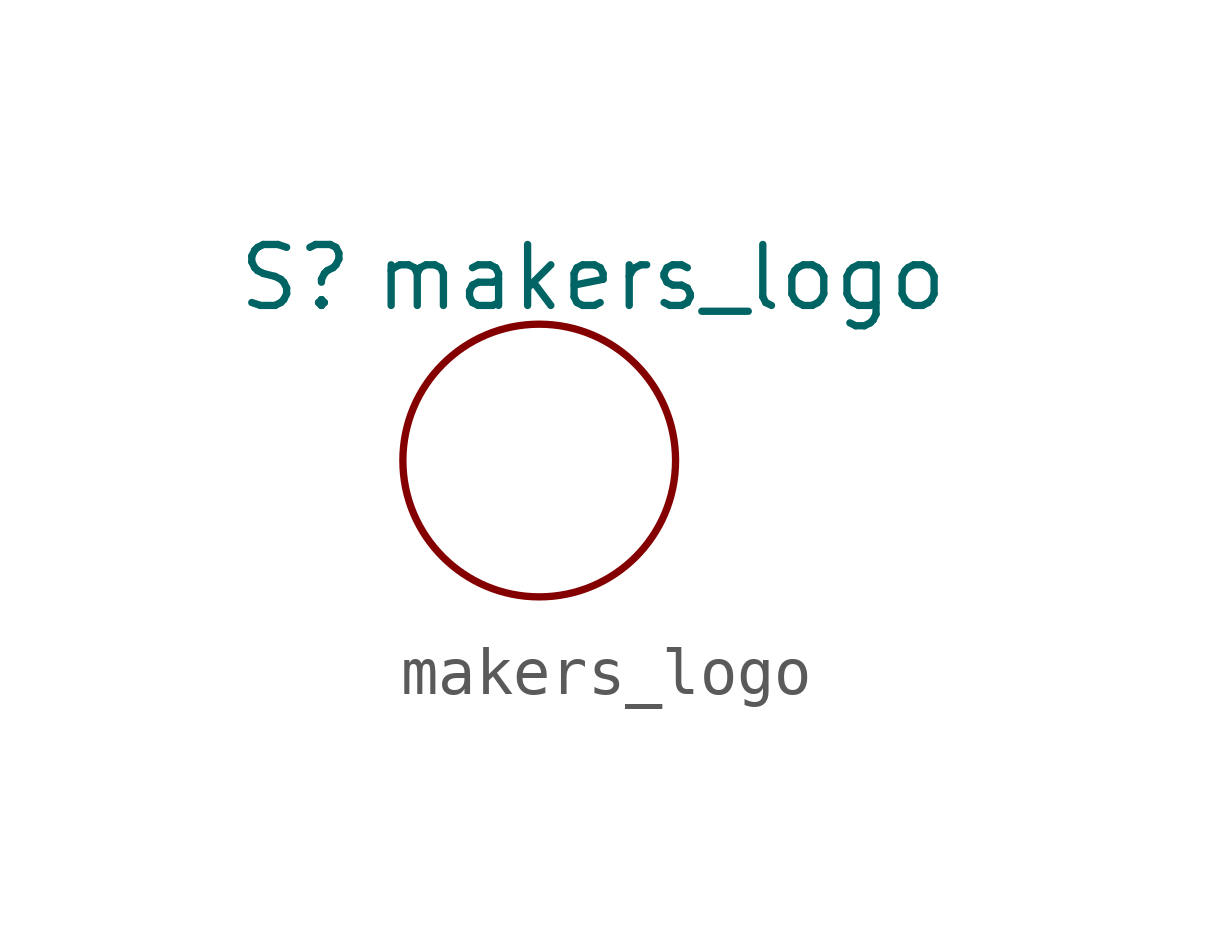
<source format=kicad_sym>
(kicad_symbol_lib
  (version 20211014)
  (generator kicad_symbol_editor)
  (symbol "makers_logo"
    (property "Reference" "S"
      (at -5.08 3.81 0)
      (effects (font (size 1.27 1.27))))
    (property "Value" "makers_logo"
      (at 2.54 3.81 0)
      (effects (font (size 1.27 1.27))))
    (symbol "makers_logo_0_1"
      (circle (center 0 0) (radius 2.84) (stroke (width 0) (type default) (color 0 0 0 0)) (fill (type none))))))
</source>
